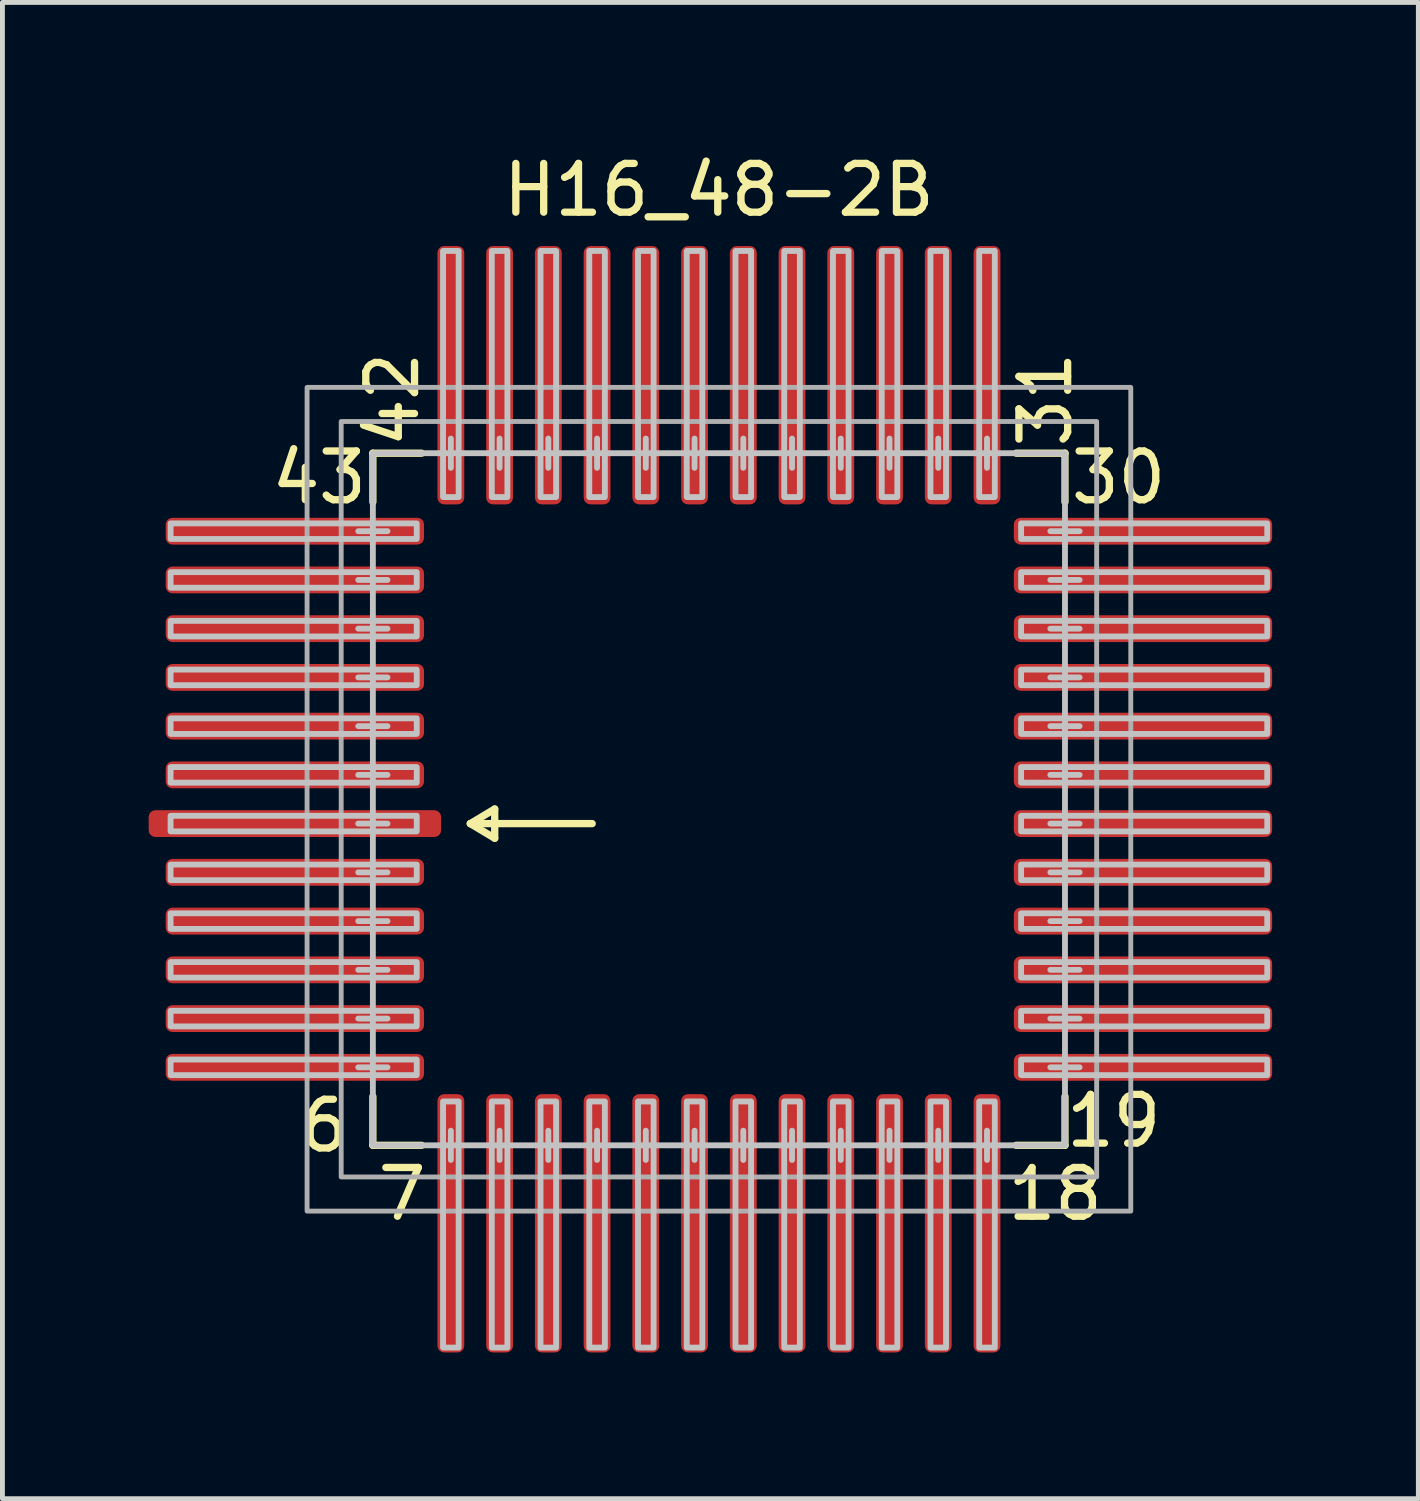
<source format=kicad_pcb>
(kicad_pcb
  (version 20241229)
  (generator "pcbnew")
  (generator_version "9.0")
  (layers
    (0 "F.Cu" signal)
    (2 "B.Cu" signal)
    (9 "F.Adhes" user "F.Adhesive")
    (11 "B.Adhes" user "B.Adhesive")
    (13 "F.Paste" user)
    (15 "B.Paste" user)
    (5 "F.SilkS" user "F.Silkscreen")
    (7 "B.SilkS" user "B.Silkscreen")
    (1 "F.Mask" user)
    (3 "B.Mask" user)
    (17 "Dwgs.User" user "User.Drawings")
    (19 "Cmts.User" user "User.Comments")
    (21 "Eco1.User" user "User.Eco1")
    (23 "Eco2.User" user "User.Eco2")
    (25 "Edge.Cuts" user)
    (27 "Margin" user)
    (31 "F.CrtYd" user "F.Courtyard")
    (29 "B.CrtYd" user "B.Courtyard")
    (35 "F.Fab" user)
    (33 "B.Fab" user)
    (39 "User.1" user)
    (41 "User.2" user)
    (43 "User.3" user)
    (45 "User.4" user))
  (footprint "H16_48-2B"
    (layer "F.Cu")
    (at 11.7 13.348)
    (property "Reference" "H16_48-2B" (at 0 -12.5 0) (unlocked yes) (layer "F.SilkS") (effects (font (size 1 1) (thickness 0.15))))
    (attr smd)
    (fp_line (start -7.1 -7.1) (end -7.1 -6.1) (stroke (width 0.15) (type solid)) (layer "F.SilkS"))
    (fp_line (start -7.1 6.1) (end -7.1 7.1) (stroke (width 0.15) (type solid)) (layer "F.SilkS"))
    (fp_line (start -6.1 -7.1) (end -7.1 -7.1) (stroke (width 0.15) (type solid)) (layer "F.SilkS"))
    (fp_line (start -6.1 7.1) (end -7.1 7.1) (stroke (width 0.15) (type solid)) (layer "F.SilkS"))
    (fp_line (start -5.1 0.5) (end -4.6 0.2) (stroke (width 0.15) (type solid)) (layer "F.SilkS"))
    (fp_line (start -4.6 0.2) (end -4.6 0.8) (stroke (width 0.15) (type solid)) (layer "F.SilkS"))
    (fp_line (start -4.6 0.8) (end -5.1 0.5) (stroke (width 0.15) (type solid)) (layer "F.SilkS"))
    (fp_line (start -2.6 0.5) (end -5.1 0.5) (stroke (width 0.15) (type solid)) (layer "F.SilkS"))
    (fp_line (start 7.1 -7.1) (end 6.1 -7.1) (stroke (width 0.15) (type solid)) (layer "F.SilkS"))
    (fp_line (start 7.1 -7.1) (end 7.1 -6.1) (stroke (width 0.15) (type solid)) (layer "F.SilkS"))
    (fp_line (start 7.1 6.1) (end 7.1 7.1) (stroke (width 0.15) (type solid)) (layer "F.SilkS"))
    (fp_line (start 7.1 7.1) (end 6.1 7.1) (stroke (width 0.15) (type solid)) (layer "F.SilkS"))
    (fp_line (start -6.8 -5.5) (end -7.4 -5.5) (stroke (width 0.12) (type solid)) (layer "Dwgs.User"))
    (fp_line (start -6.8 -4.5) (end -7.4 -4.5) (stroke (width 0.12) (type solid)) (layer "Dwgs.User"))
    (fp_line (start -6.8 -3.5) (end -7.4 -3.5) (stroke (width 0.12) (type solid)) (layer "Dwgs.User"))
    (fp_line (start -6.8 -2.5) (end -7.4 -2.5) (stroke (width 0.12) (type solid)) (layer "Dwgs.User"))
    (fp_line (start -6.8 -1.5) (end -7.4 -1.5) (stroke (width 0.12) (type solid)) (layer "Dwgs.User"))
    (fp_line (start -6.8 -0.5) (end -7.4 -0.5) (stroke (width 0.12) (type solid)) (layer "Dwgs.User"))
    (fp_line (start -6.8 0.5) (end -7.4 0.5) (stroke (width 0.12) (type solid)) (layer "Dwgs.User"))
    (fp_line (start -6.8 1.5) (end -7.4 1.5) (stroke (width 0.12) (type solid)) (layer "Dwgs.User"))
    (fp_line (start -6.8 2.5) (end -7.4 2.5) (stroke (width 0.12) (type solid)) (layer "Dwgs.User"))
    (fp_line (start -6.8 3.5) (end -7.4 3.5) (stroke (width 0.12) (type solid)) (layer "Dwgs.User"))
    (fp_line (start -6.8 4.5) (end -7.4 4.5) (stroke (width 0.12) (type solid)) (layer "Dwgs.User"))
    (fp_line (start -6.8 5.5) (end -7.4 5.5) (stroke (width 0.12) (type solid)) (layer "Dwgs.User"))
    (fp_line (start -5.5 -7.4) (end -5.5 -6.8) (stroke (width 0.12) (type solid)) (layer "Dwgs.User"))
    (fp_line (start -5.5 6.8) (end -5.5 7.4) (stroke (width 0.12) (type solid)) (layer "Dwgs.User"))
    (fp_line (start -4.5 -7.4) (end -4.5 -6.8) (stroke (width 0.12) (type solid)) (layer "Dwgs.User"))
    (fp_line (start -4.5 6.8) (end -4.5 7.4) (stroke (width 0.12) (type solid)) (layer "Dwgs.User"))
    (fp_line (start -3.5 -7.4) (end -3.5 -6.8) (stroke (width 0.12) (type solid)) (layer "Dwgs.User"))
    (fp_line (start -3.5 6.8) (end -3.5 7.4) (stroke (width 0.12) (type solid)) (layer "Dwgs.User"))
    (fp_line (start -2.5 -7.4) (end -2.5 -6.8) (stroke (width 0.12) (type solid)) (layer "Dwgs.User"))
    (fp_line (start -2.5 6.8) (end -2.5 7.4) (stroke (width 0.12) (type solid)) (layer "Dwgs.User"))
    (fp_line (start -1.5 -7.4) (end -1.5 -6.8) (stroke (width 0.12) (type solid)) (layer "Dwgs.User"))
    (fp_line (start -1.5 6.8) (end -1.5 7.4) (stroke (width 0.12) (type solid)) (layer "Dwgs.User"))
    (fp_line (start -0.5 -7.4) (end -0.5 -6.8) (stroke (width 0.12) (type solid)) (layer "Dwgs.User"))
    (fp_line (start -0.5 6.8) (end -0.5 7.4) (stroke (width 0.12) (type solid)) (layer "Dwgs.User"))
    (fp_line (start 0.5 -7.4) (end 0.5 -6.8) (stroke (width 0.12) (type solid)) (layer "Dwgs.User"))
    (fp_line (start 0.5 6.8) (end 0.5 7.4) (stroke (width 0.12) (type solid)) (layer "Dwgs.User"))
    (fp_line (start 1.5 -7.4) (end 1.5 -6.8) (stroke (width 0.12) (type solid)) (layer "Dwgs.User"))
    (fp_line (start 1.5 6.8) (end 1.5 7.4) (stroke (width 0.12) (type solid)) (layer "Dwgs.User"))
    (fp_line (start 2.5 -7.4) (end 2.5 -6.8) (stroke (width 0.12) (type solid)) (layer "Dwgs.User"))
    (fp_line (start 2.5 6.8) (end 2.5 7.4) (stroke (width 0.12) (type solid)) (layer "Dwgs.User"))
    (fp_line (start 3.5 -7.4) (end 3.5 -6.8) (stroke (width 0.12) (type solid)) (layer "Dwgs.User"))
    (fp_line (start 3.5 6.8) (end 3.5 7.4) (stroke (width 0.12) (type solid)) (layer "Dwgs.User"))
    (fp_line (start 4.5 -7.4) (end 4.5 -6.8) (stroke (width 0.12) (type solid)) (layer "Dwgs.User"))
    (fp_line (start 4.5 6.8) (end 4.5 7.4) (stroke (width 0.12) (type solid)) (layer "Dwgs.User"))
    (fp_line (start 5.5 -7.4) (end 5.5 -6.8) (stroke (width 0.12) (type solid)) (layer "Dwgs.User"))
    (fp_line (start 5.5 6.8) (end 5.5 7.4) (stroke (width 0.12) (type solid)) (layer "Dwgs.User"))
    (fp_line (start 7.4 -5.5) (end 6.8 -5.5) (stroke (width 0.12) (type solid)) (layer "Dwgs.User"))
    (fp_line (start 7.4 -4.5) (end 6.8 -4.5) (stroke (width 0.12) (type solid)) (layer "Dwgs.User"))
    (fp_line (start 7.4 -3.5) (end 6.8 -3.5) (stroke (width 0.12) (type solid)) (layer "Dwgs.User"))
    (fp_line (start 7.4 -2.5) (end 6.8 -2.5) (stroke (width 0.12) (type solid)) (layer "Dwgs.User"))
    (fp_line (start 7.4 -1.5) (end 6.8 -1.5) (stroke (width 0.12) (type solid)) (layer "Dwgs.User"))
    (fp_line (start 7.4 -0.5) (end 6.8 -0.5) (stroke (width 0.12) (type solid)) (layer "Dwgs.User"))
    (fp_line (start 7.4 0.5) (end 6.8 0.5) (stroke (width 0.12) (type solid)) (layer "Dwgs.User"))
    (fp_line (start 7.4 1.5) (end 6.8 1.5) (stroke (width 0.12) (type solid)) (layer "Dwgs.User"))
    (fp_line (start 7.4 2.5) (end 6.8 2.5) (stroke (width 0.12) (type solid)) (layer "Dwgs.User"))
    (fp_line (start 7.4 3.5) (end 6.8 3.5) (stroke (width 0.12) (type solid)) (layer "Dwgs.User"))
    (fp_line (start 7.4 4.5) (end 6.8 4.5) (stroke (width 0.12) (type solid)) (layer "Dwgs.User"))
    (fp_line (start 7.4 5.5) (end 6.8 5.5) (stroke (width 0.12) (type solid)) (layer "Dwgs.User"))
    (fp_rect (start -11.25 -5.66) (end -6.2 -5.34) (stroke (width 0.12) (type solid)) (fill no) (layer "Dwgs.User"))
    (fp_rect (start -11.25 -4.66) (end -6.2 -4.34) (stroke (width 0.12) (type solid)) (fill no) (layer "Dwgs.User"))
    (fp_rect (start -11.25 -3.66) (end -6.2 -3.34) (stroke (width 0.12) (type solid)) (fill no) (layer "Dwgs.User"))
    (fp_rect (start -11.25 -2.66) (end -6.2 -2.34) (stroke (width 0.12) (type solid)) (fill no) (layer "Dwgs.User"))
    (fp_rect (start -11.25 -1.66) (end -6.2 -1.34) (stroke (width 0.12) (type solid)) (fill no) (layer "Dwgs.User"))
    (fp_rect (start -11.25 -0.66) (end -6.2 -0.34) (stroke (width 0.12) (type solid)) (fill no) (layer "Dwgs.User"))
    (fp_rect (start -11.25 0.34) (end -6.2 0.66) (stroke (width 0.12) (type solid)) (fill no) (layer "Dwgs.User"))
    (fp_rect (start -11.25 1.34) (end -6.2 1.66) (stroke (width 0.12) (type solid)) (fill no) (layer "Dwgs.User"))
    (fp_rect (start -11.25 2.34) (end -6.2 2.66) (stroke (width 0.12) (type solid)) (fill no) (layer "Dwgs.User"))
    (fp_rect (start -11.25 3.34) (end -6.2 3.66) (stroke (width 0.12) (type solid)) (fill no) (layer "Dwgs.User"))
    (fp_rect (start -11.25 4.34) (end -6.2 4.66) (stroke (width 0.12) (type solid)) (fill no) (layer "Dwgs.User"))
    (fp_rect (start -11.25 5.34) (end -6.2 5.66) (stroke (width 0.12) (type solid)) (fill no) (layer "Dwgs.User"))
    (fp_rect (start -7.1 -7.1) (end 7.1 7.1) (stroke (width 0.12) (type solid)) (fill no) (layer "Dwgs.User"))
    (fp_rect (start -5.66 -6.2) (end -5.34 -11.25) (stroke (width 0.12) (type solid)) (fill no) (layer "Dwgs.User"))
    (fp_rect (start -5.66 11.25) (end -5.34 6.2) (stroke (width 0.12) (type solid)) (fill no) (layer "Dwgs.User"))
    (fp_rect (start -4.66 11.25) (end -4.34 6.2) (stroke (width 0.12) (type solid)) (fill no) (layer "Dwgs.User"))
    (fp_rect (start -4.34 -6.2) (end -4.66 -11.25) (stroke (width 0.12) (type solid)) (fill no) (layer "Dwgs.User"))
    (fp_rect (start -3.66 11.25) (end -3.34 6.2) (stroke (width 0.12) (type solid)) (fill no) (layer "Dwgs.User"))
    (fp_rect (start -3.34 -6.2) (end -3.66 -11.25) (stroke (width 0.12) (type solid)) (fill no) (layer "Dwgs.User"))
    (fp_rect (start -2.66 11.25) (end -2.34 6.2) (stroke (width 0.12) (type solid)) (fill no) (layer "Dwgs.User"))
    (fp_rect (start -2.34 -6.2) (end -2.66 -11.25) (stroke (width 0.12) (type solid)) (fill no) (layer "Dwgs.User"))
    (fp_rect (start -1.66 11.25) (end -1.34 6.2) (stroke (width 0.12) (type solid)) (fill no) (layer "Dwgs.User"))
    (fp_rect (start -1.34 -6.2) (end -1.66 -11.25) (stroke (width 0.12) (type solid)) (fill no) (layer "Dwgs.User"))
    (fp_rect (start -0.66 11.25) (end -0.34 6.2) (stroke (width 0.12) (type solid)) (fill no) (layer "Dwgs.User"))
    (fp_rect (start -0.34 -6.2) (end -0.66 -11.25) (stroke (width 0.12) (type solid)) (fill no) (layer "Dwgs.User"))
    (fp_rect (start 0.34 11.25) (end 0.66 6.2) (stroke (width 0.12) (type solid)) (fill no) (layer "Dwgs.User"))
    (fp_rect (start 0.66 -6.2) (end 0.34 -11.25) (stroke (width 0.12) (type solid)) (fill no) (layer "Dwgs.User"))
    (fp_rect (start 1.34 11.25) (end 1.66 6.2) (stroke (width 0.12) (type solid)) (fill no) (layer "Dwgs.User"))
    (fp_rect (start 1.66 -6.2) (end 1.34 -11.25) (stroke (width 0.12) (type solid)) (fill no) (layer "Dwgs.User"))
    (fp_rect (start 2.34 11.25) (end 2.66 6.2) (stroke (width 0.12) (type solid)) (fill no) (layer "Dwgs.User"))
    (fp_rect (start 2.66 -6.2) (end 2.34 -11.25) (stroke (width 0.12) (type solid)) (fill no) (layer "Dwgs.User"))
    (fp_rect (start 3.34 11.25) (end 3.66 6.2) (stroke (width 0.12) (type solid)) (fill no) (layer "Dwgs.User"))
    (fp_rect (start 3.66 -6.2) (end 3.34 -11.25) (stroke (width 0.12) (type solid)) (fill no) (layer "Dwgs.User"))
    (fp_rect (start 4.34 11.25) (end 4.66 6.2) (stroke (width 0.12) (type solid)) (fill no) (layer "Dwgs.User"))
    (fp_rect (start 4.66 -6.2) (end 4.34 -11.25) (stroke (width 0.12) (type solid)) (fill no) (layer "Dwgs.User"))
    (fp_rect (start 5.34 11.25) (end 5.66 6.2) (stroke (width 0.12) (type solid)) (fill no) (layer "Dwgs.User"))
    (fp_rect (start 5.66 -6.2) (end 5.34 -11.25) (stroke (width 0.12) (type solid)) (fill no) (layer "Dwgs.User"))
    (fp_rect (start 11.25 -5.34) (end 6.2 -5.66) (stroke (width 0.12) (type solid)) (fill no) (layer "Dwgs.User"))
    (fp_rect (start 11.25 -4.34) (end 6.2 -4.66) (stroke (width 0.12) (type solid)) (fill no) (layer "Dwgs.User"))
    (fp_rect (start 11.25 -3.34) (end 6.2 -3.66) (stroke (width 0.12) (type solid)) (fill no) (layer "Dwgs.User"))
    (fp_rect (start 11.25 -2.34) (end 6.2 -2.66) (stroke (width 0.12) (type solid)) (fill no) (layer "Dwgs.User"))
    (fp_rect (start 11.25 -1.34) (end 6.2 -1.66) (stroke (width 0.12) (type solid)) (fill no) (layer "Dwgs.User"))
    (fp_rect (start 11.25 -0.34) (end 6.2 -0.66) (stroke (width 0.12) (type solid)) (fill no) (layer "Dwgs.User"))
    (fp_rect (start 11.25 0.66) (end 6.2 0.34) (stroke (width 0.12) (type solid)) (fill no) (layer "Dwgs.User"))
    (fp_rect (start 11.25 1.66) (end 6.2 1.34) (stroke (width 0.12) (type solid)) (fill no) (layer "Dwgs.User"))
    (fp_rect (start 11.25 2.66) (end 6.2 2.34) (stroke (width 0.12) (type solid)) (fill no) (layer "Dwgs.User"))
    (fp_rect (start 11.25 3.66) (end 6.2 3.34) (stroke (width 0.12) (type solid)) (fill no) (layer "Dwgs.User"))
    (fp_rect (start 11.25 4.66) (end 6.2 4.34) (stroke (width 0.12) (type solid)) (fill no) (layer "Dwgs.User"))
    (fp_rect (start 11.25 5.66) (end 6.2 5.34) (stroke (width 0.12) (type solid)) (fill no) (layer "Dwgs.User"))
    (fp_rect (start -8.45 -8.45) (end 8.45 8.45) (stroke (width 0.1) (type solid)) (fill no) (layer "F.Fab"))
    (fp_rect (start -7.75 -7.75) (end 7.75 7.75) (stroke (width 0.1) (type solid)) (fill no) (layer "F.Fab"))
    (fp_text user "6" (at -8.1 6.7 0) (unlocked yes) (layer "F.SilkS") (effects (font (size 1 1) (thickness 0.15))))
    (fp_text user "31" (at 6.7 -8.2 90) (unlocked yes) (layer "F.SilkS") (effects (font (size 1 1) (thickness 0.15))))
    (fp_text user "42" (at -6.7 -8.2 90) (unlocked yes) (layer "F.SilkS") (effects (font (size 1 1) (thickness 0.15))))
    (fp_text user "43" (at -8.2 -6.6 0) (unlocked yes) (layer "F.SilkS") (effects (font (size 1 1) (thickness 0.15))))
    (fp_text user "7" (at -6.5 8.1 0) (unlocked yes) (layer "F.SilkS") (effects (font (size 1 1) (thickness 0.15))))
    (fp_text user "30" (at 8.2 -6.6 0) (unlocked yes) (layer "F.SilkS") (effects (font (size 1 1) (thickness 0.15))))
    (fp_text user "18" (at 6.9 8.1 0) (unlocked yes) (layer "F.SilkS") (effects (font (size 1 1) (thickness 0.15))))
    (fp_text user "19" (at 8.1 6.6 0) (unlocked yes) (layer "F.SilkS") (effects (font (size 1 1) (thickness 0.15))))
    (pad "1" smd roundrect (at -8.7 0.5) (size 6 0.55) (layers "F.Cu" "F.Mask" "F.Paste") (roundrect_rratio 0.25))
    (pad "2" smd roundrect (at -8.7 1.5) (size 5.3 0.55) (layers "F.Cu" "F.Mask" "F.Paste") (roundrect_rratio 0.25))
    (pad "3" smd roundrect (at -8.7 2.5) (size 5.3 0.55) (layers "F.Cu" "F.Mask" "F.Paste") (roundrect_rratio 0.25))
    (pad "4" smd roundrect (at -8.7 3.5) (size 5.3 0.55) (layers "F.Cu" "F.Mask" "F.Paste") (roundrect_rratio 0.25))
    (pad "5" smd roundrect (at -8.7 4.5) (size 5.3 0.55) (layers "F.Cu" "F.Mask" "F.Paste") (roundrect_rratio 0.25))
    (pad "6" smd roundrect (at -8.7 5.5) (size 5.3 0.55) (layers "F.Cu" "F.Mask" "F.Paste") (roundrect_rratio 0.25))
    (pad "7" smd roundrect (at -5.5 8.7 90) (size 5.3 0.55) (layers "F.Cu" "F.Mask" "F.Paste") (roundrect_rratio 0.25))
    (pad "8" smd roundrect (at -4.5 8.7 90) (size 5.3 0.55) (layers "F.Cu" "F.Mask" "F.Paste") (roundrect_rratio 0.25))
    (pad "9" smd roundrect (at -3.5 8.7 90) (size 5.3 0.55) (layers "F.Cu" "F.Mask" "F.Paste") (roundrect_rratio 0.25))
    (pad "10" smd roundrect (at -2.5 8.7 90) (size 5.3 0.55) (layers "F.Cu" "F.Mask" "F.Paste") (roundrect_rratio 0.25))
    (pad "11" smd roundrect (at -1.5 8.7 90) (size 5.3 0.55) (layers "F.Cu" "F.Mask" "F.Paste") (roundrect_rratio 0.25))
    (pad "12" smd roundrect (at -0.5 8.7 90) (size 5.3 0.55) (layers "F.Cu" "F.Mask" "F.Paste") (roundrect_rratio 0.25))
    (pad "13" smd roundrect (at 0.5 8.7 90) (size 5.3 0.55) (layers "F.Cu" "F.Mask" "F.Paste") (roundrect_rratio 0.25))
    (pad "14" smd roundrect (at 1.5 8.7 90) (size 5.3 0.55) (layers "F.Cu" "F.Mask" "F.Paste") (roundrect_rratio 0.25))
    (pad "15" smd roundrect (at 2.5 8.7 90) (size 5.3 0.55) (layers "F.Cu" "F.Mask" "F.Paste") (roundrect_rratio 0.25))
    (pad "16" smd roundrect (at 3.5 8.7 90) (size 5.3 0.55) (layers "F.Cu" "F.Mask" "F.Paste") (roundrect_rratio 0.25))
    (pad "17" smd roundrect (at 4.5 8.7 90) (size 5.3 0.55) (layers "F.Cu" "F.Mask" "F.Paste") (roundrect_rratio 0.25))
    (pad "18" smd roundrect (at 5.5 8.7 90) (size 5.3 0.55) (layers "F.Cu" "F.Mask" "F.Paste") (roundrect_rratio 0.25))
    (pad "19" smd roundrect (at 8.7 5.5) (size 5.3 0.55) (layers "F.Cu" "F.Mask" "F.Paste") (roundrect_rratio 0.25))
    (pad "20" smd roundrect (at 8.7 4.5) (size 5.3 0.55) (layers "F.Cu" "F.Mask" "F.Paste") (roundrect_rratio 0.25))
    (pad "21" smd roundrect (at 8.7 3.5) (size 5.3 0.55) (layers "F.Cu" "F.Mask" "F.Paste") (roundrect_rratio 0.25))
    (pad "22" smd roundrect (at 8.7 2.5) (size 5.3 0.55) (layers "F.Cu" "F.Mask" "F.Paste") (roundrect_rratio 0.25))
    (pad "23" smd roundrect (at 8.7 1.5) (size 5.3 0.55) (layers "F.Cu" "F.Mask" "F.Paste") (roundrect_rratio 0.25))
    (pad "24" smd roundrect (at 8.7 0.5) (size 5.3 0.55) (layers "F.Cu" "F.Mask" "F.Paste") (roundrect_rratio 0.25))
    (pad "25" smd roundrect (at 8.7 -0.5) (size 5.3 0.55) (layers "F.Cu" "F.Mask" "F.Paste") (roundrect_rratio 0.25))
    (pad "26" smd roundrect (at 8.7 -1.5) (size 5.3 0.55) (layers "F.Cu" "F.Mask" "F.Paste") (roundrect_rratio 0.25))
    (pad "27" smd roundrect (at 8.7 -2.5) (size 5.3 0.55) (layers "F.Cu" "F.Mask" "F.Paste") (roundrect_rratio 0.25))
    (pad "28" smd roundrect (at 8.7 -3.5) (size 5.3 0.55) (layers "F.Cu" "F.Mask" "F.Paste") (roundrect_rratio 0.25))
    (pad "29" smd roundrect (at 8.7 -4.5) (size 5.3 0.55) (layers "F.Cu" "F.Mask" "F.Paste") (roundrect_rratio 0.25))
    (pad "30" smd roundrect (at 8.7 -5.5) (size 5.3 0.55) (layers "F.Cu" "F.Mask" "F.Paste") (roundrect_rratio 0.25))
    (pad "31" smd roundrect (at 5.5 -8.7 90) (size 5.3 0.55) (layers "F.Cu" "F.Mask" "F.Paste") (roundrect_rratio 0.25))
    (pad "32" smd roundrect (at 4.5 -8.7 90) (size 5.3 0.55) (layers "F.Cu" "F.Mask" "F.Paste") (roundrect_rratio 0.25))
    (pad "33" smd roundrect (at 3.5 -8.7 90) (size 5.3 0.55) (layers "F.Cu" "F.Mask" "F.Paste") (roundrect_rratio 0.25))
    (pad "34" smd roundrect (at 2.5 -8.7 90) (size 5.3 0.55) (layers "F.Cu" "F.Mask" "F.Paste") (roundrect_rratio 0.25))
    (pad "35" smd roundrect (at 1.5 -8.7 90) (size 5.3 0.55) (layers "F.Cu" "F.Mask" "F.Paste") (roundrect_rratio 0.25))
    (pad "36" smd roundrect (at 0.5 -8.7 90) (size 5.3 0.55) (layers "F.Cu" "F.Mask" "F.Paste") (roundrect_rratio 0.25))
    (pad "37" smd roundrect (at -0.5 -8.7 90) (size 5.3 0.55) (layers "F.Cu" "F.Mask" "F.Paste") (roundrect_rratio 0.25))
    (pad "38" smd roundrect (at -1.5 -8.7 90) (size 5.3 0.55) (layers "F.Cu" "F.Mask" "F.Paste") (roundrect_rratio 0.25))
    (pad "39" smd roundrect (at -2.5 -8.7 90) (size 5.3 0.55) (layers "F.Cu" "F.Mask" "F.Paste") (roundrect_rratio 0.25))
    (pad "40" smd roundrect (at -3.5 -8.7 90) (size 5.3 0.55) (layers "F.Cu" "F.Mask" "F.Paste") (roundrect_rratio 0.25))
    (pad "41" smd roundrect (at -4.5 -8.7 90) (size 5.3 0.55) (layers "F.Cu" "F.Mask" "F.Paste") (roundrect_rratio 0.25))
    (pad "42" smd roundrect (at -5.5 -8.7 90) (size 5.3 0.55) (layers "F.Cu" "F.Mask" "F.Paste") (roundrect_rratio 0.25))
    (pad "43" smd roundrect (at -8.7 -5.5) (size 5.3 0.55) (layers "F.Cu" "F.Mask" "F.Paste") (roundrect_rratio 0.25))
    (pad "44" smd roundrect (at -8.7 -4.5) (size 5.3 0.55) (layers "F.Cu" "F.Mask" "F.Paste") (roundrect_rratio 0.25))
    (pad "45" smd roundrect (at -8.7 -3.5) (size 5.3 0.55) (layers "F.Cu" "F.Mask" "F.Paste") (roundrect_rratio 0.25))
    (pad "46" smd roundrect (at -8.7 -2.5) (size 5.3 0.55) (layers "F.Cu" "F.Mask" "F.Paste") (roundrect_rratio 0.25))
    (pad "47" smd roundrect (at -8.7 -1.5) (size 5.3 0.55) (layers "F.Cu" "F.Mask" "F.Paste") (roundrect_rratio 0.25))
    (pad "48" smd roundrect (at -8.7 -0.5) (size 5.3 0.55) (layers "F.Cu" "F.Mask" "F.Paste") (roundrect_rratio 0.25)))
  (gr_rect
    (start -3 -3)
    (end 26.05 27.698)
    (stroke (width 0.1) (type default))
    (fill no)
    (layer "Edge.Cuts")))
</source>
